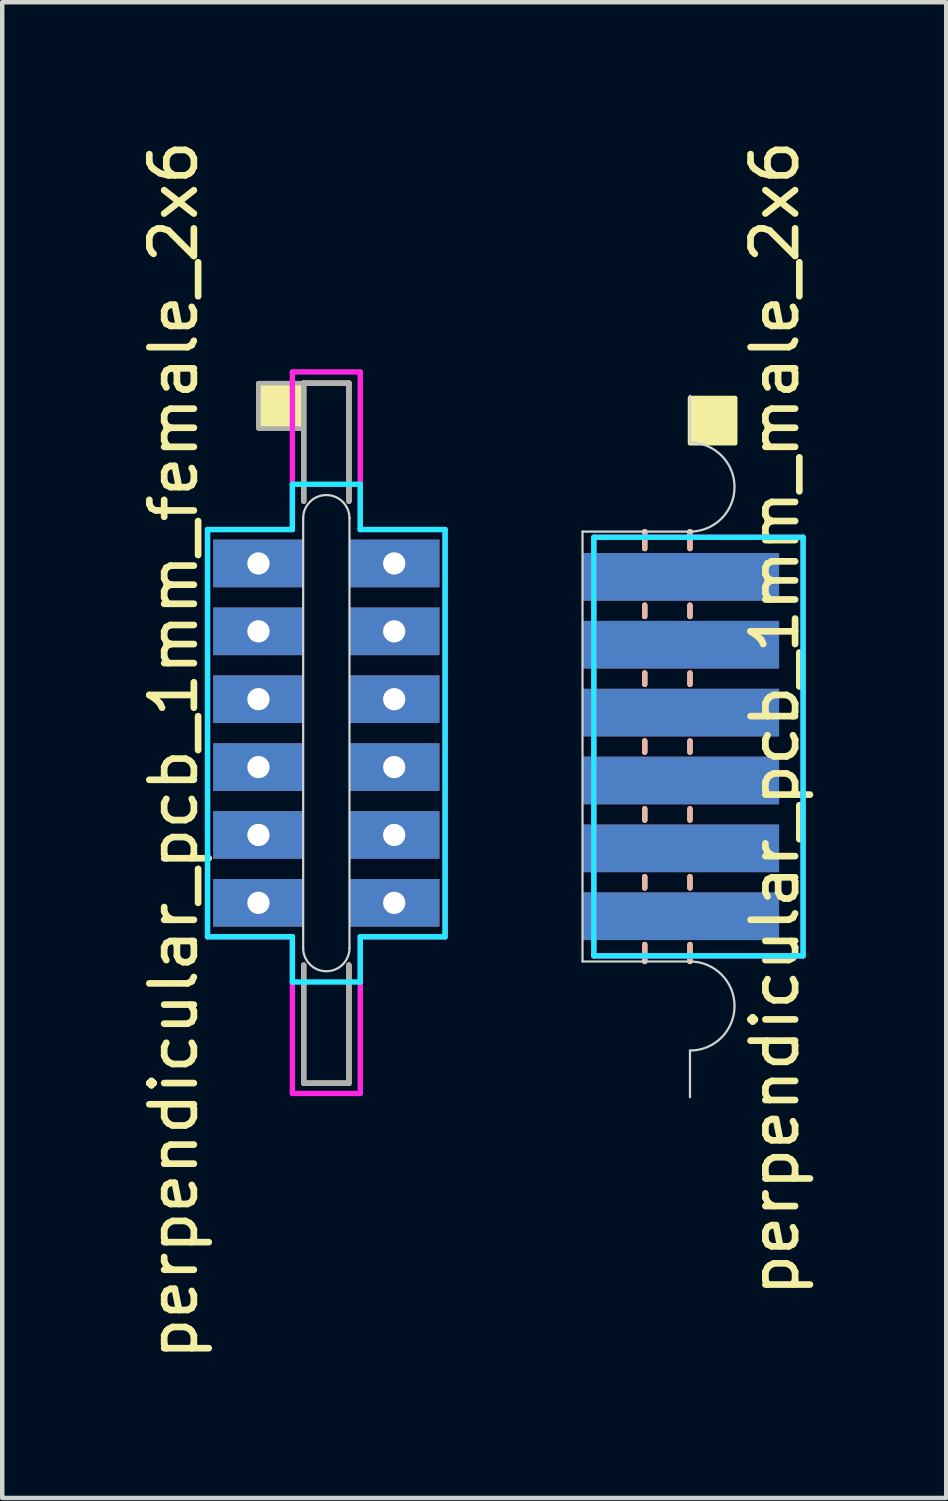
<source format=kicad_pcb>
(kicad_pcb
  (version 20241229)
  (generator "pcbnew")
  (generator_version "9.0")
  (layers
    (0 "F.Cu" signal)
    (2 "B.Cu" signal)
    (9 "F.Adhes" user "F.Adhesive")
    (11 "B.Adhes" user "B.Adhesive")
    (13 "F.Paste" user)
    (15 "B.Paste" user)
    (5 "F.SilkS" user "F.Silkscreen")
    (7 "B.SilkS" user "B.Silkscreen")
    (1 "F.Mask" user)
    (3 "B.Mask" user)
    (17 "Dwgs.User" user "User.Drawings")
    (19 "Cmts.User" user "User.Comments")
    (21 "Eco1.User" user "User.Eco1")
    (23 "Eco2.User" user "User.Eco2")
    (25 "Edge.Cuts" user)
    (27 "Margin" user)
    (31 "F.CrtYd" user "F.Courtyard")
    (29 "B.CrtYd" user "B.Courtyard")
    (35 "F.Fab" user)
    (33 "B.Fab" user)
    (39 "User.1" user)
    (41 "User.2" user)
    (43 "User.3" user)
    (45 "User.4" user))
  (footprint "perpendicular_pcb_1mm_female_2x6"
    (layer "F.Cu")
    (at 4.277 9.601)
    (property "Reference" "perpendicular_pcb_1mm_female_2x6" (at -3.429 4.191 90) (layer "F.SilkS") (effects (font (size 1 1) (thickness 0.15))))
    (attr through_hole)
    (fp_line (start -0.508 -4.048) (end 0.508 -4.048) (stroke (width 0.12) (type solid)) (layer "F.SilkS"))
    (fp_line (start -0.508 -1.397) (end -0.508 -4.048) (stroke (width 0.12) (type solid)) (layer "F.SilkS"))
    (fp_line (start -0.508 11.668) (end -0.508 9.017) (stroke (width 0.12) (type solid)) (layer "F.SilkS"))
    (fp_line (start 0.508 -4.048) (end 0.508 -1.397) (stroke (width 0.12) (type solid)) (layer "F.SilkS"))
    (fp_line (start 0.508 9.017) (end 0.508 11.668) (stroke (width 0.12) (type solid)) (layer "F.SilkS"))
    (fp_line (start 0.508 11.668) (end -0.508 11.668) (stroke (width 0.12) (type solid)) (layer "F.SilkS"))
    (fp_poly (pts (xy -0.508 -3.032) (xy -1.524 -3.032) (xy -1.524 -4.048) (xy -0.508 -4.048)) (stroke (width 0.1) (type solid)) (fill yes) (layer "F.SilkS"))
    (fp_line (start -0.52 -1.016) (end -0.52 8.636) (stroke (width 0.05) (type solid)) (layer "Edge.Cuts"))
    (fp_line (start 0.52 -1.016) (end 0.52 8.636) (stroke (width 0.05) (type solid)) (layer "Edge.Cuts"))
    (fp_arc (start -0.52 -1.016) (mid 0 -1.536) (end 0.52 -1.016) (stroke (width 0.05) (type solid)) (layer "Edge.Cuts"))
    (fp_arc (start 0.52 8.636) (mid 0 9.156) (end -0.52 8.636) (stroke (width 0.05) (type solid)) (layer "Edge.Cuts"))
    (fp_line (start -2.667 -0.762) (end -0.762 -0.762) (stroke (width 0.12) (type solid)) (layer "B.CrtYd"))
    (fp_line (start -2.667 8.382) (end -2.667 -0.762) (stroke (width 0.12) (type solid)) (layer "B.CrtYd"))
    (fp_line (start -0.762 -1.778) (end 0.762 -1.778) (stroke (width 0.12) (type solid)) (layer "B.CrtYd"))
    (fp_line (start -0.762 -0.762) (end -0.762 -1.778) (stroke (width 0.12) (type solid)) (layer "B.CrtYd"))
    (fp_line (start -0.762 8.382) (end -2.667 8.382) (stroke (width 0.12) (type solid)) (layer "B.CrtYd"))
    (fp_line (start -0.762 8.382) (end -0.762 9.398) (stroke (width 0.12) (type solid)) (layer "B.CrtYd"))
    (fp_line (start 0.762 -1.778) (end 0.762 -0.762) (stroke (width 0.12) (type solid)) (layer "B.CrtYd"))
    (fp_line (start 0.762 -0.762) (end 2.667 -0.762) (stroke (width 0.12) (type solid)) (layer "B.CrtYd"))
    (fp_line (start 0.762 8.382) (end 0.762 9.398) (stroke (width 0.12) (type solid)) (layer "B.CrtYd"))
    (fp_line (start 0.762 9.398) (end -0.762 9.398) (stroke (width 0.12) (type solid)) (layer "B.CrtYd"))
    (fp_line (start 2.667 -0.762) (end 2.667 8.382) (stroke (width 0.12) (type solid)) (layer "B.CrtYd"))
    (fp_line (start 2.667 8.382) (end 0.762 8.382) (stroke (width 0.12) (type solid)) (layer "B.CrtYd"))
    (fp_line (start -2.667 -0.762) (end -0.762 -0.762) (stroke (width 0.12) (type solid)) (layer "F.CrtYd"))
    (fp_line (start -2.667 8.382) (end -2.667 -0.762) (stroke (width 0.12) (type solid)) (layer "F.CrtYd"))
    (fp_line (start -0.762 -4.3) (end 0.762 -4.3) (stroke (width 0.12) (type solid)) (layer "F.CrtYd"))
    (fp_line (start -0.762 -0.762) (end -0.762 -4.3) (stroke (width 0.12) (type solid)) (layer "F.CrtYd"))
    (fp_line (start -0.762 8.382) (end -2.667 8.382) (stroke (width 0.12) (type solid)) (layer "F.CrtYd"))
    (fp_line (start -0.762 11.9) (end -0.762 8.382) (stroke (width 0.12) (type solid)) (layer "F.CrtYd"))
    (fp_line (start 0.762 -4.3) (end 0.762 -0.762) (stroke (width 0.12) (type solid)) (layer "F.CrtYd"))
    (fp_line (start 0.762 -0.762) (end 2.667 -0.762) (stroke (width 0.12) (type solid)) (layer "F.CrtYd"))
    (fp_line (start 0.762 11.9) (end -0.762 11.9) (stroke (width 0.12) (type solid)) (layer "F.CrtYd"))
    (fp_line (start 0.762 11.9) (end 0.762 8.382) (stroke (width 0.12) (type solid)) (layer "F.CrtYd"))
    (fp_line (start 2.667 -0.762) (end 2.667 8.382) (stroke (width 0.12) (type solid)) (layer "F.CrtYd"))
    (fp_line (start 2.667 8.382) (end 0.762 8.382) (stroke (width 0.12) (type solid)) (layer "F.CrtYd"))
    (fp_line (start -0.508 -4.048) (end 0.508 -4.048) (stroke (width 0.12) (type solid)) (layer "F.Fab"))
    (fp_line (start -0.508 -1.397) (end -0.508 -4.048) (stroke (width 0.12) (type solid)) (layer "F.Fab"))
    (fp_line (start -0.508 11.668) (end -0.508 9.017) (stroke (width 0.12) (type solid)) (layer "F.Fab"))
    (fp_line (start 0.508 -4.048) (end 0.508 -1.397) (stroke (width 0.12) (type solid)) (layer "F.Fab"))
    (fp_line (start 0.508 9.017) (end 0.508 11.668) (stroke (width 0.12) (type solid)) (layer "F.Fab"))
    (fp_line (start 0.508 11.668) (end -0.508 11.668) (stroke (width 0.12) (type solid)) (layer "F.Fab"))
    (fp_poly (pts (xy -0.508 -3.032) (xy -1.524 -3.032) (xy -1.524 -4.048) (xy -0.508 -4.048)) (stroke (width 0.1) (type solid)) (fill no) (layer "F.Fab"))
    (pad "1" thru_hole rect (at -1.524 0) (size 2.032 1.07) (drill 0.5) (layers "*.Cu" "*.Mask"))
    (pad "2" thru_hole rect (at 1.524 0) (size 2.032 1.07) (drill 0.5) (layers "*.Cu" "*.Mask"))
    (pad "3" thru_hole rect (at -1.524 1.524) (size 2.032 1.07) (drill 0.5) (layers "*.Cu" "*.Mask"))
    (pad "4" thru_hole rect (at 1.524 1.524) (size 2.032 1.07) (drill 0.5) (layers "*.Cu" "*.Mask"))
    (pad "5" thru_hole rect (at -1.524 3.048) (size 2.032 1.07) (drill 0.5) (layers "*.Cu" "*.Mask"))
    (pad "6" thru_hole rect (at 1.524 3.048) (size 2.032 1.07) (drill 0.5) (layers "*.Cu" "*.Mask"))
    (pad "7" thru_hole rect (at -1.524 4.572) (size 2.032 1.07) (drill 0.5) (layers "*.Cu" "*.Mask"))
    (pad "8" thru_hole rect (at 1.524 4.572) (size 2.032 1.07) (drill 0.5) (layers "*.Cu" "*.Mask"))
    (pad "9" thru_hole rect (at -1.524 6.096) (size 2.032 1.07) (drill 0.5) (layers "*.Cu" "*.Mask"))
    (pad "10" thru_hole rect (at 1.524 6.096) (size 2.032 1.07) (drill 0.5) (layers "*.Cu" "*.Mask"))
    (pad "11" thru_hole rect (at -1.524 7.62) (size 2.032 1.07) (drill 0.5) (layers "*.Cu" "*.Mask"))
    (pad "12" thru_hole rect (at 1.524 7.62) (size 2.032 1.07) (drill 0.5) (layers "*.Cu" "*.Mask")))
  (footprint "perpendicular_pcb_1mm_male_2x6"
    (layer "F.Cu")
    (at 12.442 9.902)
    (property "Reference" "perpendicular_pcb_1mm_male_2x6" (at 1.905 3.175 270) (layer "F.SilkS") (effects (font (size 1 1) (thickness 0.15))))
    (attr through_hole)
    (fp_line (start -1.016 -0.635) (end -1.016 -1.016) (stroke (width 0.12) (type solid)) (layer "F.SilkS"))
    (fp_line (start -1.016 0.889) (end -1.016 0.635) (stroke (width 0.12) (type solid)) (layer "F.SilkS"))
    (fp_line (start -1.016 2.413) (end -1.016 2.159) (stroke (width 0.12) (type solid)) (layer "F.SilkS"))
    (fp_line (start -1.016 3.937) (end -1.016 3.683) (stroke (width 0.12) (type solid)) (layer "F.SilkS"))
    (fp_line (start -1.016 5.461) (end -1.016 5.207) (stroke (width 0.12) (type solid)) (layer "F.SilkS"))
    (fp_line (start -1.016 6.985) (end -1.016 6.731) (stroke (width 0.12) (type solid)) (layer "F.SilkS"))
    (fp_line (start -1.016 8.255) (end -1.016 8.636) (stroke (width 0.12) (type solid)) (layer "F.SilkS"))
    (fp_line (start 0 -1.016) (end 0 -0.635) (stroke (width 0.12) (type solid)) (layer "F.SilkS"))
    (fp_line (start 0 0.635) (end 0 0.889) (stroke (width 0.12) (type solid)) (layer "F.SilkS"))
    (fp_line (start 0 2.159) (end 0 2.413) (stroke (width 0.12) (type solid)) (layer "F.SilkS"))
    (fp_line (start 0 3.683) (end 0 3.937) (stroke (width 0.12) (type solid)) (layer "F.SilkS"))
    (fp_line (start 0 5.207) (end 0 5.461) (stroke (width 0.12) (type solid)) (layer "F.SilkS"))
    (fp_line (start 0 6.731) (end 0 6.985) (stroke (width 0.12) (type solid)) (layer "F.SilkS"))
    (fp_line (start 0 8.255) (end 0 8.636) (stroke (width 0.12) (type solid)) (layer "F.SilkS"))
    (fp_poly (pts (xy 1.016 -3) (xy 0 -3) (xy 0 -4.016) (xy 1.016 -4.016)) (stroke (width 0.1) (type solid)) (fill yes) (layer "F.SilkS"))
    (fp_line (start -1.016 -1.016) (end -1.016 -0.635) (stroke (width 0.12) (type solid)) (layer "B.SilkS"))
    (fp_line (start -1.016 0.635) (end -1.016 0.889) (stroke (width 0.12) (type solid)) (layer "B.SilkS"))
    (fp_line (start -1.016 2.159) (end -1.016 2.413) (stroke (width 0.12) (type solid)) (layer "B.SilkS"))
    (fp_line (start -1.016 3.683) (end -1.016 3.937) (stroke (width 0.12) (type solid)) (layer "B.SilkS"))
    (fp_line (start -1.016 5.207) (end -1.016 5.461) (stroke (width 0.12) (type solid)) (layer "B.SilkS"))
    (fp_line (start -1.016 6.731) (end -1.016 6.985) (stroke (width 0.12) (type solid)) (layer "B.SilkS"))
    (fp_line (start -1.016 8.255) (end -1.016 8.636) (stroke (width 0.12) (type solid)) (layer "B.SilkS"))
    (fp_line (start 0 -1.016) (end 0 -0.635) (stroke (width 0.12) (type solid)) (layer "B.SilkS"))
    (fp_line (start 0 0.635) (end 0 0.889) (stroke (width 0.12) (type solid)) (layer "B.SilkS"))
    (fp_line (start 0 2.159) (end 0 2.413) (stroke (width 0.12) (type solid)) (layer "B.SilkS"))
    (fp_line (start 0 3.683) (end 0 3.937) (stroke (width 0.12) (type solid)) (layer "B.SilkS"))
    (fp_line (start 0 5.207) (end 0 5.461) (stroke (width 0.12) (type solid)) (layer "B.SilkS"))
    (fp_line (start 0 6.731) (end 0 6.985) (stroke (width 0.12) (type solid)) (layer "B.SilkS"))
    (fp_line (start 0 8.255) (end 0 8.636) (stroke (width 0.12) (type solid)) (layer "B.SilkS"))
    (fp_line (start -2.413 -1.016) (end -2.413 8.636) (stroke (width 0.05) (type solid)) (layer "Edge.Cuts"))
    (fp_line (start -2.413 8.636) (end 0 8.636) (stroke (width 0.05) (type solid)) (layer "Edge.Cuts"))
    (fp_line (start 0 -3.016) (end 0 -4.064) (stroke (width 0.05) (type solid)) (layer "Edge.Cuts"))
    (fp_line (start 0 -1.016) (end -2.413 -1.016) (stroke (width 0.05) (type solid)) (layer "Edge.Cuts"))
    (fp_line (start 0 11.684) (end 0 10.636) (stroke (width 0.05) (type solid)) (layer "Edge.Cuts"))
    (fp_arc (start 0 -3.016) (mid 1 -2.016) (end 0 -1.016) (stroke (width 0.05) (type solid)) (layer "Edge.Cuts"))
    (fp_arc (start 0 8.636) (mid 1 9.636) (end 0 10.636) (stroke (width 0.05) (type solid)) (layer "Edge.Cuts"))
    (fp_line (start -2.159 -0.889) (end 2.54 -0.889) (stroke (width 0.12) (type solid)) (layer "B.CrtYd"))
    (fp_line (start -2.159 8.509) (end -2.159 -0.889) (stroke (width 0.12) (type solid)) (layer "B.CrtYd"))
    (fp_line (start 2.54 -0.889) (end 2.54 8.509) (stroke (width 0.12) (type solid)) (layer "B.CrtYd"))
    (fp_line (start 2.54 8.509) (end -2.159 8.509) (stroke (width 0.12) (type solid)) (layer "B.CrtYd"))
    (fp_line (start -2.159 -0.889) (end 2.54 -0.889) (stroke (width 0.12) (type solid)) (layer "F.CrtYd"))
    (fp_line (start -2.159 8.509) (end -2.159 -0.889) (stroke (width 0.12) (type solid)) (layer "F.CrtYd"))
    (fp_line (start 2.54 -0.889) (end 2.54 8.509) (stroke (width 0.12) (type solid)) (layer "F.CrtYd"))
    (fp_line (start 2.54 8.509) (end -2.159 8.509) (stroke (width 0.12) (type solid)) (layer "F.CrtYd"))
    (pad "1" smd rect (at -0.206 0) (size 4.413 1.07) (layers "F.Cu" "F.Mask"))
    (pad "2" smd rect (at -0.206 0) (size 4.413 1.07) (layers "B.Cu" "B.Mask"))
    (pad "3" smd rect (at -0.206 1.524) (size 4.413 1.07) (layers "F.Cu" "F.Mask"))
    (pad "4" smd rect (at -0.206 1.524) (size 4.413 1.07) (layers "B.Cu" "B.Mask"))
    (pad "5" smd rect (at -0.206 3.048) (size 4.413 1.07) (layers "F.Cu" "F.Mask"))
    (pad "6" smd rect (at -0.206 3.048) (size 4.413 1.07) (layers "B.Cu" "B.Mask"))
    (pad "7" smd rect (at -0.206 4.572) (size 4.413 1.07) (layers "F.Cu" "F.Mask"))
    (pad "8" smd rect (at -0.206 4.572) (size 4.413 1.07) (layers "B.Cu" "B.Mask"))
    (pad "9" smd rect (at -0.206 6.096) (size 4.413 1.07) (layers "F.Cu" "F.Mask"))
    (pad "10" smd rect (at -0.206 6.096) (size 4.413 1.07) (layers "B.Cu" "B.Mask"))
    (pad "11" smd rect (at -0.206 7.62) (size 4.413 1.07) (layers "F.Cu" "F.Mask"))
    (pad "12" smd rect (at -0.206 7.62) (size 4.413 1.07) (layers "B.Cu" "B.Mask")))
  (gr_rect
    (start -3 -3)
    (end 18.195 30.583)
    (stroke (width 0.1) (type default))
    (fill no)
    (layer "Edge.Cuts")))
</source>
